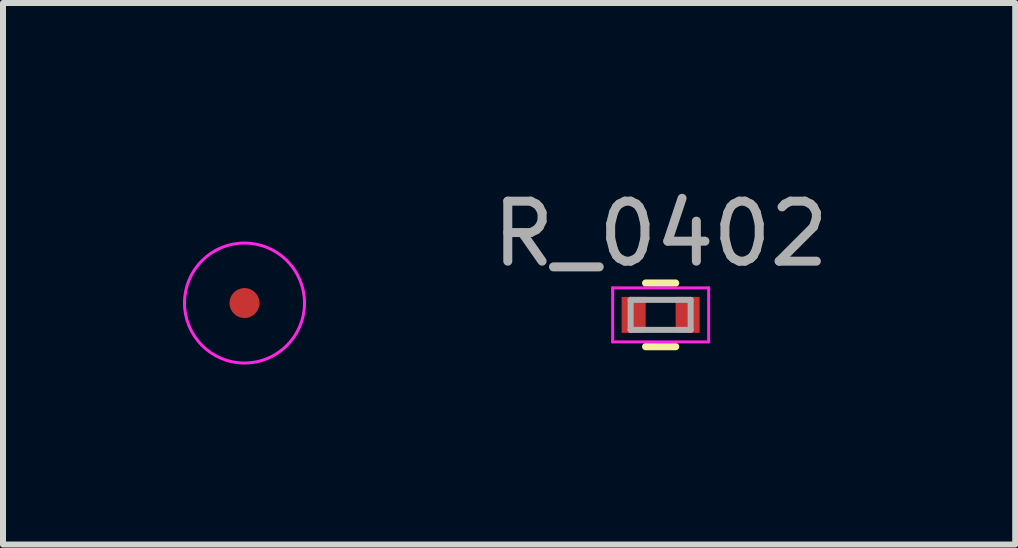
<source format=kicad_pcb>
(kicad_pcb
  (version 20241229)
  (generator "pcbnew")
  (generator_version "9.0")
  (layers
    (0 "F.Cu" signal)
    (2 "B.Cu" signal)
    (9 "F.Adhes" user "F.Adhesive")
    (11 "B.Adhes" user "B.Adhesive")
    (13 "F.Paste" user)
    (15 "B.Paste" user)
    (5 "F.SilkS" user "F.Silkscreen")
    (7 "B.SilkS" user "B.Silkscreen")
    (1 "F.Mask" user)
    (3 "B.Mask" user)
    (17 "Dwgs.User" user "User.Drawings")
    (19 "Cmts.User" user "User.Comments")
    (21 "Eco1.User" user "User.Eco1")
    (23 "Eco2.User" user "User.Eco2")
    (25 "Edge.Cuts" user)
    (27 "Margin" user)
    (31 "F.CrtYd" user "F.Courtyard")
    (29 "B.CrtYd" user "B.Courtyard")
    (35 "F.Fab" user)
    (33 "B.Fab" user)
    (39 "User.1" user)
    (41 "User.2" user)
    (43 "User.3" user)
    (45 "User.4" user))
  (footprint "Measurement_Point_Round-SMD-Pad_Small"
    (layer "F.Cu")
    (at 1.025 2.001)
    (property "Reference" "Measurement_Point_Round-SMD-Pad_Small" (at 0 -2 0) (layer "F.SilkS") (effects (font (size 0.001 0.001) (thickness 0.15))))
    (attr exclude_from_pos_files exclude_from_bom)
    (fp_circle (center 0 0) (end 1 0) (stroke (width 0.05) (type solid)) (fill no) (layer "F.CrtYd"))
    (pad "1" smd circle (at 0 0) (size 0.5 0.5) (layers "F.Cu" "F.Mask")))
  (footprint "R_0402"
    (layer "F.Cu")
    (at 7.961 2.198)
    (property "Reference" "R_0402" (at 0 -1.35 0) (layer "F.SilkS") (effects (font (size 0.001 0.001) (thickness 0.15))))
    (attr smd)
    (fp_line (start -0.25 0.53) (end 0.25 0.53) (stroke (width 0.12) (type solid)) (layer "F.SilkS"))
    (fp_line (start 0.25 -0.53) (end -0.25 -0.53) (stroke (width 0.12) (type solid)) (layer "F.SilkS"))
    (fp_line (start -0.8 -0.45) (end -0.8 0.45) (stroke (width 0.05) (type solid)) (layer "F.CrtYd"))
    (fp_line (start -0.8 -0.45) (end 0.8 -0.45) (stroke (width 0.05) (type solid)) (layer "F.CrtYd"))
    (fp_line (start 0.8 0.45) (end -0.8 0.45) (stroke (width 0.05) (type solid)) (layer "F.CrtYd"))
    (fp_line (start 0.8 0.45) (end 0.8 -0.45) (stroke (width 0.05) (type solid)) (layer "F.CrtYd"))
    (fp_line (start -0.5 -0.25) (end 0.5 -0.25) (stroke (width 0.1) (type solid)) (layer "F.Fab"))
    (fp_line (start -0.5 0.25) (end -0.5 -0.25) (stroke (width 0.1) (type solid)) (layer "F.Fab"))
    (fp_line (start 0.5 -0.25) (end 0.5 0.25) (stroke (width 0.1) (type solid)) (layer "F.Fab"))
    (fp_line (start 0.5 0.25) (end -0.5 0.25) (stroke (width 0.1) (type solid)) (layer "F.Fab"))
    (fp_text user "${REFERENCE}" (at 0 -1.35 0) (layer "F.Fab") (effects (font (size 1 1) (thickness 0.15))))
    (pad "1" smd rect (at -0.45 0) (size 0.4 0.6) (layers "F.Cu" "F.Mask" "F.Paste"))
    (pad "2" smd rect (at 0.45 0) (size 0.4 0.6) (layers "F.Cu" "F.Mask" "F.Paste")))
  (gr_rect
    (start -3 -3)
    (end 13.871 6.026)
    (stroke (width 0.1) (type default))
    (fill no)
    (layer "Edge.Cuts")))
</source>
